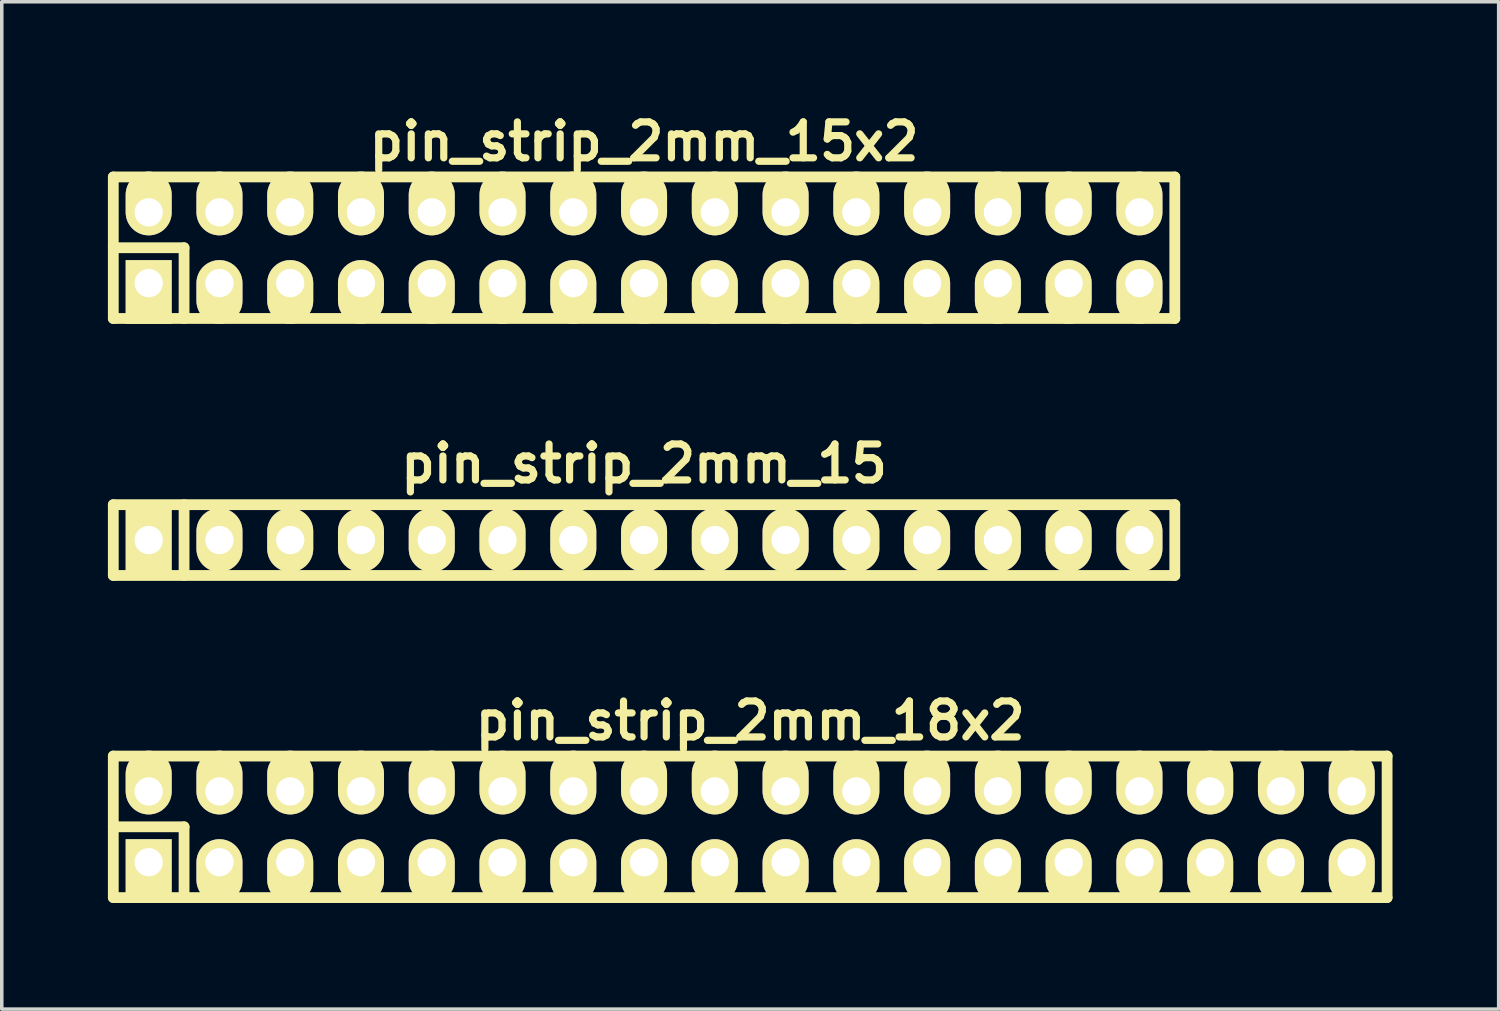
<source format=kicad_pcb>
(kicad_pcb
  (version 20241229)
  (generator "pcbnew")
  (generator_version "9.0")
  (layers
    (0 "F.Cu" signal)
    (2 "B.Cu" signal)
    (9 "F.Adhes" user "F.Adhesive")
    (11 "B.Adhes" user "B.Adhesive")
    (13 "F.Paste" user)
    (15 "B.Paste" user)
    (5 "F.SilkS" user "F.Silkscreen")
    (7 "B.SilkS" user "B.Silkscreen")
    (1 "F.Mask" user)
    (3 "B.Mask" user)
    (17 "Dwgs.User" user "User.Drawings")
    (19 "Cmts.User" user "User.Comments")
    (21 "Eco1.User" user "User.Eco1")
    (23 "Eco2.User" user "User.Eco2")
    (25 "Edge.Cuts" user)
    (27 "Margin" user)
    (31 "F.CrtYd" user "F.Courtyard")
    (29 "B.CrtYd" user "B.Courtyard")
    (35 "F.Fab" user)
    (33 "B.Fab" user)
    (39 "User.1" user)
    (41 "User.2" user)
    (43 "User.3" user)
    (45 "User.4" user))
  (footprint "pin_strip_2mm_18x2"
    (layer "F.Cu")
    (at 18.152 20.317)
    (property "Reference" "pin_strip_2mm_18x2" (at 0 -3 0) (layer "F.SilkS") (effects (font (size 1.016 1.016) (thickness 0.203))))
    (attr through_hole)
    (fp_line (start -18 -2) (end 18 -2) (stroke (width 0.305) (type solid)) (layer "F.SilkS"))
    (fp_line (start -18 0) (end -16 0) (stroke (width 0.305) (type solid)) (layer "F.SilkS"))
    (fp_line (start -18 2) (end -18 -2) (stroke (width 0.305) (type solid)) (layer "F.SilkS"))
    (fp_line (start -16 0) (end -16 2) (stroke (width 0.305) (type solid)) (layer "F.SilkS"))
    (fp_line (start 18 -2) (end 18 2) (stroke (width 0.305) (type solid)) (layer "F.SilkS"))
    (fp_line (start 18 2) (end -18 2) (stroke (width 0.305) (type solid)) (layer "F.SilkS"))
    (pad "1" thru_hole rect (at -17 1) (size 1.3 1.8) (drill 0.8 (offset 0 0.25)) (layers "*.Cu" "*.Mask" "F.SilkS"))
    (pad "2" thru_hole oval (at -17 -1) (size 1.3 1.8) (drill 0.8 (offset 0 -0.25)) (layers "*.Cu" "*.Mask" "F.SilkS"))
    (pad "3" thru_hole oval (at -15 1) (size 1.3 1.8) (drill 0.8 (offset 0 0.25)) (layers "*.Cu" "*.Mask" "F.SilkS"))
    (pad "4" thru_hole oval (at -15 -1) (size 1.3 1.8) (drill 0.8 (offset 0 -0.25)) (layers "*.Cu" "*.Mask" "F.SilkS"))
    (pad "5" thru_hole oval (at -13 1) (size 1.3 1.8) (drill 0.8 (offset 0 0.25)) (layers "*.Cu" "*.Mask" "F.SilkS"))
    (pad "6" thru_hole oval (at -13 -1) (size 1.3 1.8) (drill 0.8 (offset 0 -0.25)) (layers "*.Cu" "*.Mask" "F.SilkS"))
    (pad "7" thru_hole oval (at -11 1) (size 1.3 1.8) (drill 0.8 (offset 0 0.25)) (layers "*.Cu" "*.Mask" "F.SilkS"))
    (pad "8" thru_hole oval (at -11 -1) (size 1.3 1.8) (drill 0.8 (offset 0 -0.25)) (layers "*.Cu" "*.Mask" "F.SilkS"))
    (pad "9" thru_hole oval (at -9 1) (size 1.3 1.8) (drill 0.8 (offset 0 0.25)) (layers "*.Cu" "*.Mask" "F.SilkS"))
    (pad "10" thru_hole oval (at -9 -1) (size 1.3 1.8) (drill 0.8 (offset 0 -0.25)) (layers "*.Cu" "*.Mask" "F.SilkS"))
    (pad "11" thru_hole oval (at -7 1) (size 1.3 1.8) (drill 0.8 (offset 0 0.25)) (layers "*.Cu" "*.Mask" "F.SilkS"))
    (pad "12" thru_hole oval (at -7 -1) (size 1.3 1.8) (drill 0.8 (offset 0 -0.25)) (layers "*.Cu" "*.Mask" "F.SilkS"))
    (pad "13" thru_hole oval (at -5 1) (size 1.3 1.8) (drill 0.8 (offset 0 0.25)) (layers "*.Cu" "*.Mask" "F.SilkS"))
    (pad "14" thru_hole oval (at -5 -1) (size 1.3 1.8) (drill 0.8 (offset 0 -0.25)) (layers "*.Cu" "*.Mask" "F.SilkS"))
    (pad "15" thru_hole oval (at -3 1) (size 1.3 1.8) (drill 0.8 (offset 0 0.25)) (layers "*.Cu" "*.Mask" "F.SilkS"))
    (pad "16" thru_hole oval (at -3 -1) (size 1.3 1.8) (drill 0.8 (offset 0 -0.25)) (layers "*.Cu" "*.Mask" "F.SilkS"))
    (pad "17" thru_hole oval (at -1 1) (size 1.3 1.8) (drill 0.8 (offset 0 0.25)) (layers "*.Cu" "*.Mask" "F.SilkS"))
    (pad "18" thru_hole oval (at -1 -1) (size 1.3 1.8) (drill 0.8 (offset 0 -0.25)) (layers "*.Cu" "*.Mask" "F.SilkS"))
    (pad "19" thru_hole oval (at 1 1) (size 1.3 1.8) (drill 0.8 (offset 0 0.25)) (layers "*.Cu" "*.Mask" "F.SilkS"))
    (pad "20" thru_hole oval (at 1 -1) (size 1.3 1.8) (drill 0.8 (offset 0 -0.25)) (layers "*.Cu" "*.Mask" "F.SilkS"))
    (pad "21" thru_hole oval (at 3 1) (size 1.3 1.8) (drill 0.8 (offset 0 0.25)) (layers "*.Cu" "*.Mask" "F.SilkS"))
    (pad "22" thru_hole oval (at 3 -1) (size 1.3 1.8) (drill 0.8 (offset 0 -0.25)) (layers "*.Cu" "*.Mask" "F.SilkS"))
    (pad "23" thru_hole oval (at 5 1) (size 1.3 1.8) (drill 0.8 (offset 0 0.25)) (layers "*.Cu" "*.Mask" "F.SilkS"))
    (pad "24" thru_hole oval (at 5 -1) (size 1.3 1.8) (drill 0.8 (offset 0 -0.25)) (layers "*.Cu" "*.Mask" "F.SilkS"))
    (pad "25" thru_hole oval (at 7 1) (size 1.3 1.8) (drill 0.8 (offset 0 0.25)) (layers "*.Cu" "*.Mask" "F.SilkS"))
    (pad "26" thru_hole oval (at 7 -1) (size 1.3 1.8) (drill 0.8 (offset 0 -0.25)) (layers "*.Cu" "*.Mask" "F.SilkS"))
    (pad "27" thru_hole oval (at 9 1) (size 1.3 1.8) (drill 0.8 (offset 0 0.25)) (layers "*.Cu" "*.Mask" "F.SilkS"))
    (pad "28" thru_hole oval (at 9 -1) (size 1.3 1.8) (drill 0.8 (offset 0 -0.25)) (layers "*.Cu" "*.Mask" "F.SilkS"))
    (pad "29" thru_hole oval (at 11 1) (size 1.3 1.8) (drill 0.8 (offset 0 0.25)) (layers "*.Cu" "*.Mask" "F.SilkS"))
    (pad "30" thru_hole oval (at 11 -1) (size 1.3 1.8) (drill 0.8 (offset 0 -0.25)) (layers "*.Cu" "*.Mask" "F.SilkS"))
    (pad "31" thru_hole oval (at 13 1) (size 1.3 1.8) (drill 0.8 (offset 0 0.25)) (layers "*.Cu" "*.Mask" "F.SilkS"))
    (pad "32" thru_hole oval (at 13 -1) (size 1.3 1.8) (drill 0.8 (offset 0 -0.25)) (layers "*.Cu" "*.Mask" "F.SilkS"))
    (pad "33" thru_hole oval (at 15 1) (size 1.3 1.8) (drill 0.8 (offset 0 0.25)) (layers "*.Cu" "*.Mask" "F.SilkS"))
    (pad "34" thru_hole oval (at 15 -1) (size 1.3 1.8) (drill 0.8 (offset 0 -0.25)) (layers "*.Cu" "*.Mask" "F.SilkS"))
    (pad "35" thru_hole oval (at 17 1) (size 1.3 1.8) (drill 0.8 (offset 0 0.25)) (layers "*.Cu" "*.Mask" "F.SilkS"))
    (pad "36" thru_hole oval (at 17 -1) (size 1.3 1.8) (drill 0.8 (offset 0 -0.25)) (layers "*.Cu" "*.Mask" "F.SilkS")))
  (footprint "pin_strip_2mm_15"
    (layer "F.Cu")
    (at 15.152 12.213)
    (property "Reference" "pin_strip_2mm_15" (at 0 -2.159 0) (layer "F.SilkS") (effects (font (size 1.016 1.016) (thickness 0.203))))
    (attr through_hole)
    (fp_line (start -15 -1) (end 15 -1) (stroke (width 0.305) (type solid)) (layer "F.SilkS"))
    (fp_line (start -15 1) (end -15 -1) (stroke (width 0.305) (type solid)) (layer "F.SilkS"))
    (fp_line (start -13 -1) (end -13 1) (stroke (width 0.305) (type solid)) (layer "F.SilkS"))
    (fp_line (start 15 -1) (end 15 1) (stroke (width 0.305) (type solid)) (layer "F.SilkS"))
    (fp_line (start 15 1) (end -15 1) (stroke (width 0.305) (type solid)) (layer "F.SilkS"))
    (pad "1" thru_hole rect (at -14 0) (size 1.3 1.8) (drill 0.8) (layers "*.Cu" "*.Mask" "F.SilkS"))
    (pad "2" thru_hole oval (at -12 0) (size 1.3 1.8) (drill 0.8) (layers "*.Cu" "*.Mask" "F.SilkS"))
    (pad "3" thru_hole oval (at -10 0) (size 1.3 1.8) (drill 0.8) (layers "*.Cu" "*.Mask" "F.SilkS"))
    (pad "4" thru_hole oval (at -8 0) (size 1.3 1.8) (drill 0.8) (layers "*.Cu" "*.Mask" "F.SilkS"))
    (pad "5" thru_hole oval (at -6 0) (size 1.3 1.8) (drill 0.8) (layers "*.Cu" "*.Mask" "F.SilkS"))
    (pad "6" thru_hole oval (at -4 0) (size 1.3 1.8) (drill 0.8) (layers "*.Cu" "*.Mask" "F.SilkS"))
    (pad "7" thru_hole oval (at -2 0) (size 1.3 1.8) (drill 0.8) (layers "*.Cu" "*.Mask" "F.SilkS"))
    (pad "8" thru_hole oval (at 0 0) (size 1.3 1.8) (drill 0.8) (layers "*.Cu" "*.Mask" "F.SilkS"))
    (pad "9" thru_hole oval (at 2 0) (size 1.3 1.8) (drill 0.8) (layers "*.Cu" "*.Mask" "F.SilkS"))
    (pad "10" thru_hole oval (at 4 0) (size 1.3 1.8) (drill 0.8) (layers "*.Cu" "*.Mask" "F.SilkS"))
    (pad "11" thru_hole oval (at 6 0) (size 1.3 1.8) (drill 0.8) (layers "*.Cu" "*.Mask" "F.SilkS"))
    (pad "12" thru_hole oval (at 8 0) (size 1.3 1.8) (drill 0.8) (layers "*.Cu" "*.Mask" "F.SilkS"))
    (pad "13" thru_hole oval (at 10 0) (size 1.3 1.8) (drill 0.8) (layers "*.Cu" "*.Mask" "F.SilkS"))
    (pad "14" thru_hole oval (at 12 0) (size 1.3 1.8) (drill 0.8) (layers "*.Cu" "*.Mask" "F.SilkS"))
    (pad "15" thru_hole oval (at 14 0) (size 1.3 1.8) (drill 0.8) (layers "*.Cu" "*.Mask" "F.SilkS")))
  (footprint "pin_strip_2mm_15x2"
    (layer "F.Cu")
    (at 15.152 3.951)
    (property "Reference" "pin_strip_2mm_15x2" (at 0 -3 0) (layer "F.SilkS") (effects (font (size 1.016 1.016) (thickness 0.203))))
    (attr through_hole)
    (fp_line (start -15 -2) (end 15 -2) (stroke (width 0.305) (type solid)) (layer "F.SilkS"))
    (fp_line (start -15 0) (end -13 0) (stroke (width 0.305) (type solid)) (layer "F.SilkS"))
    (fp_line (start -15 2) (end -15 -2) (stroke (width 0.305) (type solid)) (layer "F.SilkS"))
    (fp_line (start -13 0) (end -13 2) (stroke (width 0.305) (type solid)) (layer "F.SilkS"))
    (fp_line (start 15 -2) (end 15 2) (stroke (width 0.305) (type solid)) (layer "F.SilkS"))
    (fp_line (start 15 2) (end -15 2) (stroke (width 0.305) (type solid)) (layer "F.SilkS"))
    (pad "1" thru_hole rect (at -14 1) (size 1.3 1.8) (drill 0.8 (offset 0 0.25)) (layers "*.Cu" "*.Mask" "F.SilkS"))
    (pad "2" thru_hole oval (at -14 -1) (size 1.3 1.8) (drill 0.8 (offset 0 -0.25)) (layers "*.Cu" "*.Mask" "F.SilkS"))
    (pad "3" thru_hole oval (at -12 1) (size 1.3 1.8) (drill 0.8 (offset 0 0.25)) (layers "*.Cu" "*.Mask" "F.SilkS"))
    (pad "4" thru_hole oval (at -12 -1) (size 1.3 1.8) (drill 0.8 (offset 0 -0.25)) (layers "*.Cu" "*.Mask" "F.SilkS"))
    (pad "5" thru_hole oval (at -10 1) (size 1.3 1.8) (drill 0.8 (offset 0 0.25)) (layers "*.Cu" "*.Mask" "F.SilkS"))
    (pad "6" thru_hole oval (at -10 -1) (size 1.3 1.8) (drill 0.8 (offset 0 -0.25)) (layers "*.Cu" "*.Mask" "F.SilkS"))
    (pad "7" thru_hole oval (at -8 1) (size 1.3 1.8) (drill 0.8 (offset 0 0.25)) (layers "*.Cu" "*.Mask" "F.SilkS"))
    (pad "8" thru_hole oval (at -8 -1) (size 1.3 1.8) (drill 0.8 (offset 0 -0.25)) (layers "*.Cu" "*.Mask" "F.SilkS"))
    (pad "9" thru_hole oval (at -6 1) (size 1.3 1.8) (drill 0.8 (offset 0 0.25)) (layers "*.Cu" "*.Mask" "F.SilkS"))
    (pad "10" thru_hole oval (at -6 -1) (size 1.3 1.8) (drill 0.8 (offset 0 -0.25)) (layers "*.Cu" "*.Mask" "F.SilkS"))
    (pad "11" thru_hole oval (at -4 1) (size 1.3 1.8) (drill 0.8 (offset 0 0.25)) (layers "*.Cu" "*.Mask" "F.SilkS"))
    (pad "12" thru_hole oval (at -4 -1) (size 1.3 1.8) (drill 0.8 (offset 0 -0.25)) (layers "*.Cu" "*.Mask" "F.SilkS"))
    (pad "13" thru_hole oval (at -2 1) (size 1.3 1.8) (drill 0.8 (offset 0 0.25)) (layers "*.Cu" "*.Mask" "F.SilkS"))
    (pad "14" thru_hole oval (at -2 -1) (size 1.3 1.8) (drill 0.8 (offset 0 -0.25)) (layers "*.Cu" "*.Mask" "F.SilkS"))
    (pad "15" thru_hole oval (at 0 1) (size 1.3 1.8) (drill 0.8 (offset 0 0.25)) (layers "*.Cu" "*.Mask" "F.SilkS"))
    (pad "16" thru_hole oval (at 0 -1) (size 1.3 1.8) (drill 0.8 (offset 0 -0.25)) (layers "*.Cu" "*.Mask" "F.SilkS"))
    (pad "17" thru_hole oval (at 2 1) (size 1.3 1.8) (drill 0.8 (offset 0 0.25)) (layers "*.Cu" "*.Mask" "F.SilkS"))
    (pad "18" thru_hole oval (at 2 -1) (size 1.3 1.8) (drill 0.8 (offset 0 -0.25)) (layers "*.Cu" "*.Mask" "F.SilkS"))
    (pad "19" thru_hole oval (at 4 1) (size 1.3 1.8) (drill 0.8 (offset 0 0.25)) (layers "*.Cu" "*.Mask" "F.SilkS"))
    (pad "20" thru_hole oval (at 4 -1) (size 1.3 1.8) (drill 0.8 (offset 0 -0.25)) (layers "*.Cu" "*.Mask" "F.SilkS"))
    (pad "21" thru_hole oval (at 6 1) (size 1.3 1.8) (drill 0.8 (offset 0 0.25)) (layers "*.Cu" "*.Mask" "F.SilkS"))
    (pad "22" thru_hole oval (at 6 -1) (size 1.3 1.8) (drill 0.8 (offset 0 -0.25)) (layers "*.Cu" "*.Mask" "F.SilkS"))
    (pad "23" thru_hole oval (at 8 1) (size 1.3 1.8) (drill 0.8 (offset 0 0.25)) (layers "*.Cu" "*.Mask" "F.SilkS"))
    (pad "24" thru_hole oval (at 8 -1) (size 1.3 1.8) (drill 0.8 (offset 0 -0.25)) (layers "*.Cu" "*.Mask" "F.SilkS"))
    (pad "25" thru_hole oval (at 10 1) (size 1.3 1.8) (drill 0.8 (offset 0 0.25)) (layers "*.Cu" "*.Mask" "F.SilkS"))
    (pad "26" thru_hole oval (at 10 -1) (size 1.3 1.8) (drill 0.8 (offset 0 -0.25)) (layers "*.Cu" "*.Mask" "F.SilkS"))
    (pad "27" thru_hole oval (at 12 1) (size 1.3 1.8) (drill 0.8 (offset 0 0.25)) (layers "*.Cu" "*.Mask" "F.SilkS"))
    (pad "28" thru_hole oval (at 12 -1) (size 1.3 1.8) (drill 0.8 (offset 0 -0.25)) (layers "*.Cu" "*.Mask" "F.SilkS"))
    (pad "29" thru_hole oval (at 14 1) (size 1.3 1.8) (drill 0.8 (offset 0 0.25)) (layers "*.Cu" "*.Mask" "F.SilkS"))
    (pad "30" thru_hole oval (at 14 -1) (size 1.3 1.8) (drill 0.8 (offset 0 -0.25)) (layers "*.Cu" "*.Mask" "F.SilkS")))
  (gr_rect
    (start -3 -3)
    (end 39.305 25.469)
    (stroke (width 0.1) (type default))
    (fill no)
    (layer "Edge.Cuts")))
</source>
